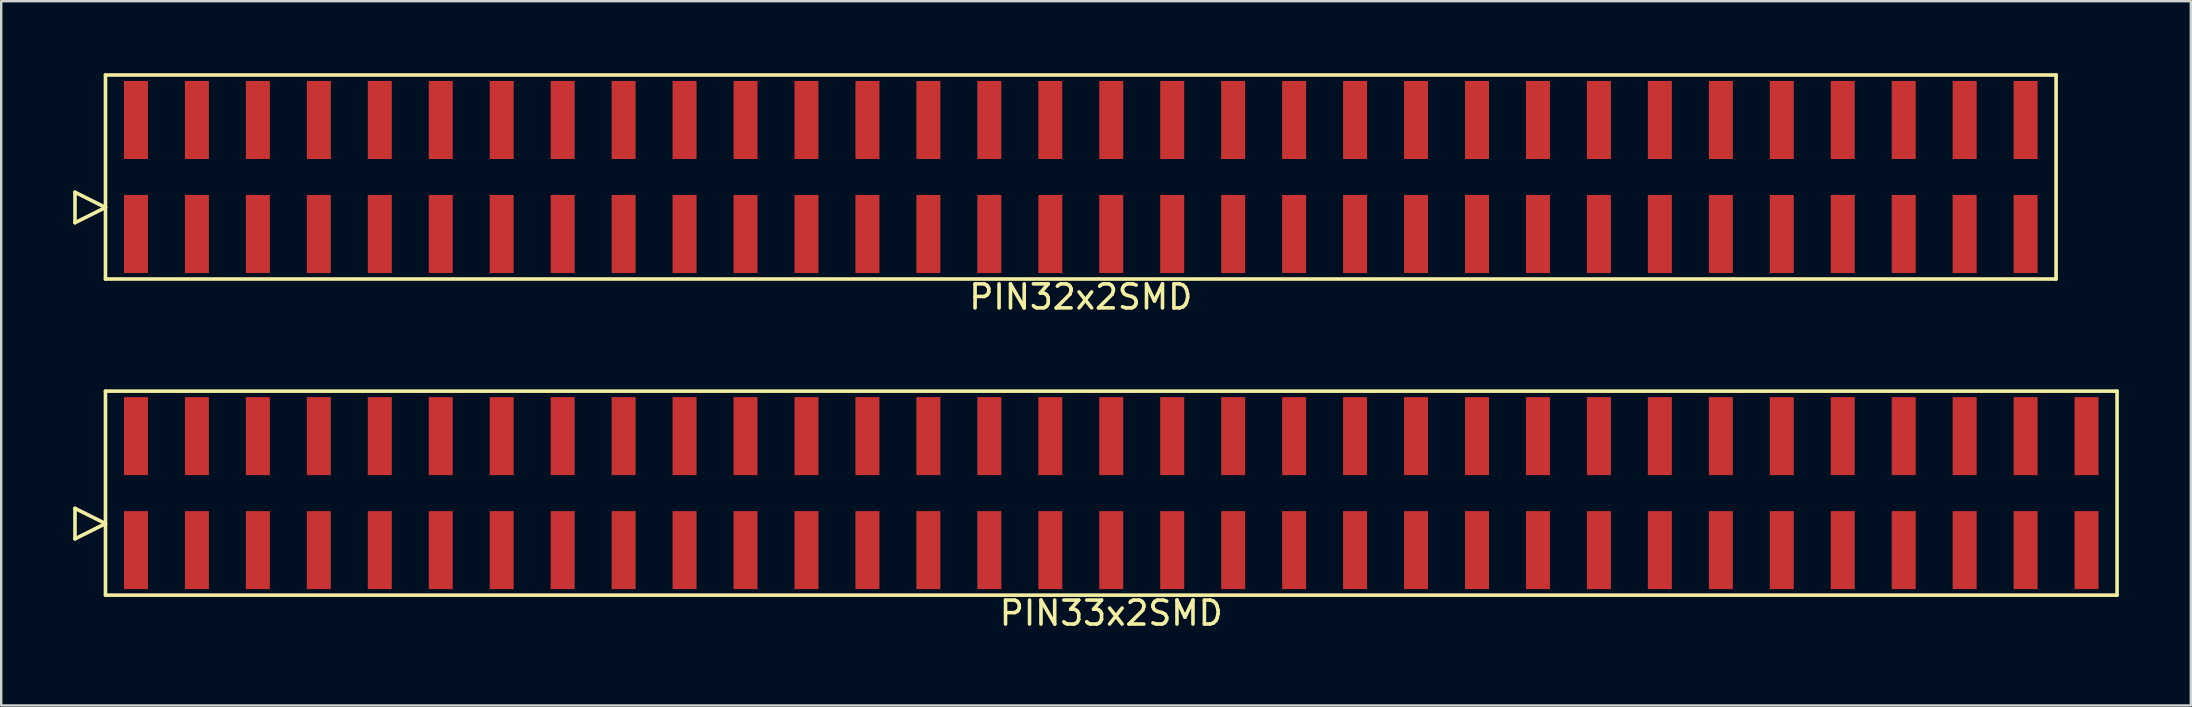
<source format=kicad_pcb>
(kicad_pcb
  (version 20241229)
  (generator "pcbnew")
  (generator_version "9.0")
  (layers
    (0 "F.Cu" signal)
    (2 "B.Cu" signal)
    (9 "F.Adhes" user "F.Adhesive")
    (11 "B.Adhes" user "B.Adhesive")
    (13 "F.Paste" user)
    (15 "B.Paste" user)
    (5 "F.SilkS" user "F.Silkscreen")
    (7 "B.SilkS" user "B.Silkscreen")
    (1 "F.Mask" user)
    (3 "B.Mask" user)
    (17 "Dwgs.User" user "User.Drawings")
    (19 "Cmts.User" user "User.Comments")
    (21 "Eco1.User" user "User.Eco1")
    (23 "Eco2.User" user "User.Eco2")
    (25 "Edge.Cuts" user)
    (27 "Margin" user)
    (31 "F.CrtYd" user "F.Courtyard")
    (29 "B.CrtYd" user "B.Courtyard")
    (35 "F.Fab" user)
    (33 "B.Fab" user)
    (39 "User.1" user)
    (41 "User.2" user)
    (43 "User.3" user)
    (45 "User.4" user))
  (footprint "PIN33x2SMD"
    (layer "F.Cu")
    (at 43.255 17.498)
    (property "Reference" "PIN33x2SMD" (at 0 5 0) (layer "F.SilkS") (effects (font (size 1 1) (thickness 0.15))))
    (attr through_hole)
    (fp_line (start -43.18 1.905) (end -43.18 0.635) (stroke (width 0.15) (type solid)) (layer "F.SilkS"))
    (fp_line (start -41.91 -4.25) (end -41.91 4.25) (stroke (width 0.15) (type solid)) (layer "F.SilkS"))
    (fp_line (start -41.91 1.27) (end -43.18 0.635) (stroke (width 0.15) (type solid)) (layer "F.SilkS"))
    (fp_line (start -41.91 1.27) (end -43.18 1.905) (stroke (width 0.15) (type solid)) (layer "F.SilkS"))
    (fp_line (start -41.91 4.25) (end 41.91 4.25) (stroke (width 0.15) (type solid)) (layer "F.SilkS"))
    (fp_line (start 41.91 -4.25) (end -41.91 -4.25) (stroke (width 0.15) (type solid)) (layer "F.SilkS"))
    (fp_line (start 41.91 4.25) (end 41.91 -4.25) (stroke (width 0.15) (type solid)) (layer "F.SilkS"))
    (pad "1" smd rect (at -40.64 2.375) (size 1 3.25) (layers "F.Cu" "F.Mask" "F.Paste"))
    (pad "2" smd rect (at -40.64 -2.375) (size 1 3.25) (layers "F.Cu" "F.Mask" "F.Paste"))
    (pad "3" smd rect (at -38.1 2.375) (size 1 3.25) (layers "F.Cu" "F.Mask" "F.Paste"))
    (pad "4" smd rect (at -38.1 -2.375) (size 1 3.25) (layers "F.Cu" "F.Mask" "F.Paste"))
    (pad "5" smd rect (at -35.56 2.375) (size 1 3.25) (layers "F.Cu" "F.Mask" "F.Paste"))
    (pad "6" smd rect (at -35.56 -2.375) (size 1 3.25) (layers "F.Cu" "F.Mask" "F.Paste"))
    (pad "7" smd rect (at -33.02 2.375) (size 1 3.25) (layers "F.Cu" "F.Mask" "F.Paste"))
    (pad "8" smd rect (at -33.02 -2.375) (size 1 3.25) (layers "F.Cu" "F.Mask" "F.Paste"))
    (pad "9" smd rect (at -30.48 2.375) (size 1 3.25) (layers "F.Cu" "F.Mask" "F.Paste"))
    (pad "10" smd rect (at -30.48 -2.375) (size 1 3.25) (layers "F.Cu" "F.Mask" "F.Paste"))
    (pad "11" smd rect (at -27.94 2.375) (size 1 3.25) (layers "F.Cu" "F.Mask" "F.Paste"))
    (pad "12" smd rect (at -27.94 -2.375) (size 1 3.25) (layers "F.Cu" "F.Mask" "F.Paste"))
    (pad "13" smd rect (at -25.4 2.375) (size 1 3.25) (layers "F.Cu" "F.Mask" "F.Paste"))
    (pad "14" smd rect (at -25.4 -2.375) (size 1 3.25) (layers "F.Cu" "F.Mask" "F.Paste"))
    (pad "15" smd rect (at -22.86 2.375) (size 1 3.25) (layers "F.Cu" "F.Mask" "F.Paste"))
    (pad "16" smd rect (at -22.86 -2.375) (size 1 3.25) (layers "F.Cu" "F.Mask" "F.Paste"))
    (pad "17" smd rect (at -20.32 2.375) (size 1 3.25) (layers "F.Cu" "F.Mask" "F.Paste"))
    (pad "18" smd rect (at -20.32 -2.375) (size 1 3.25) (layers "F.Cu" "F.Mask" "F.Paste"))
    (pad "19" smd rect (at -17.78 2.375) (size 1 3.25) (layers "F.Cu" "F.Mask" "F.Paste"))
    (pad "20" smd rect (at -17.78 -2.375) (size 1 3.25) (layers "F.Cu" "F.Mask" "F.Paste"))
    (pad "21" smd rect (at -15.24 2.375) (size 1 3.25) (layers "F.Cu" "F.Mask" "F.Paste"))
    (pad "22" smd rect (at -15.24 -2.375) (size 1 3.25) (layers "F.Cu" "F.Mask" "F.Paste"))
    (pad "23" smd rect (at -12.7 2.375) (size 1 3.25) (layers "F.Cu" "F.Mask" "F.Paste"))
    (pad "24" smd rect (at -12.7 -2.375) (size 1 3.25) (layers "F.Cu" "F.Mask" "F.Paste"))
    (pad "25" smd rect (at -10.16 2.375) (size 1 3.25) (layers "F.Cu" "F.Mask" "F.Paste"))
    (pad "26" smd rect (at -10.16 -2.375) (size 1 3.25) (layers "F.Cu" "F.Mask" "F.Paste"))
    (pad "27" smd rect (at -7.62 2.375) (size 1 3.25) (layers "F.Cu" "F.Mask" "F.Paste"))
    (pad "28" smd rect (at -7.62 -2.375) (size 1 3.25) (layers "F.Cu" "F.Mask" "F.Paste"))
    (pad "29" smd rect (at -5.08 2.375) (size 1 3.25) (layers "F.Cu" "F.Mask" "F.Paste"))
    (pad "30" smd rect (at -5.08 -2.375) (size 1 3.25) (layers "F.Cu" "F.Mask" "F.Paste"))
    (pad "31" smd rect (at -2.54 2.375) (size 1 3.25) (layers "F.Cu" "F.Mask" "F.Paste"))
    (pad "32" smd rect (at -2.54 -2.375) (size 1 3.25) (layers "F.Cu" "F.Mask" "F.Paste"))
    (pad "33" smd rect (at 0 2.375) (size 1 3.25) (layers "F.Cu" "F.Mask" "F.Paste"))
    (pad "34" smd rect (at 0 -2.375) (size 1 3.25) (layers "F.Cu" "F.Mask" "F.Paste"))
    (pad "35" smd rect (at 2.54 2.375) (size 1 3.25) (layers "F.Cu" "F.Mask" "F.Paste"))
    (pad "36" smd rect (at 2.54 -2.375) (size 1 3.25) (layers "F.Cu" "F.Mask" "F.Paste"))
    (pad "37" smd rect (at 5.08 2.375) (size 1 3.25) (layers "F.Cu" "F.Mask" "F.Paste"))
    (pad "38" smd rect (at 5.08 -2.375) (size 1 3.25) (layers "F.Cu" "F.Mask" "F.Paste"))
    (pad "39" smd rect (at 7.62 2.375) (size 1 3.25) (layers "F.Cu" "F.Mask" "F.Paste"))
    (pad "40" smd rect (at 7.62 -2.375) (size 1 3.25) (layers "F.Cu" "F.Mask" "F.Paste"))
    (pad "41" smd rect (at 10.16 2.375) (size 1 3.25) (layers "F.Cu" "F.Mask" "F.Paste"))
    (pad "42" smd rect (at 10.16 -2.375) (size 1 3.25) (layers "F.Cu" "F.Mask" "F.Paste"))
    (pad "43" smd rect (at 12.7 2.375) (size 1 3.25) (layers "F.Cu" "F.Mask" "F.Paste"))
    (pad "44" smd rect (at 12.7 -2.375) (size 1 3.25) (layers "F.Cu" "F.Mask" "F.Paste"))
    (pad "45" smd rect (at 15.24 2.375) (size 1 3.25) (layers "F.Cu" "F.Mask" "F.Paste"))
    (pad "46" smd rect (at 15.24 -2.375) (size 1 3.25) (layers "F.Cu" "F.Mask" "F.Paste"))
    (pad "47" smd rect (at 17.78 2.375) (size 1 3.25) (layers "F.Cu" "F.Mask" "F.Paste"))
    (pad "48" smd rect (at 17.78 -2.375) (size 1 3.25) (layers "F.Cu" "F.Mask" "F.Paste"))
    (pad "49" smd rect (at 20.32 2.375) (size 1 3.25) (layers "F.Cu" "F.Mask" "F.Paste"))
    (pad "50" smd rect (at 20.32 -2.375) (size 1 3.25) (layers "F.Cu" "F.Mask" "F.Paste"))
    (pad "51" smd rect (at 22.86 2.375) (size 1 3.25) (layers "F.Cu" "F.Mask" "F.Paste"))
    (pad "52" smd rect (at 22.86 -2.375) (size 1 3.25) (layers "F.Cu" "F.Mask" "F.Paste"))
    (pad "53" smd rect (at 25.4 2.375) (size 1 3.25) (layers "F.Cu" "F.Mask" "F.Paste"))
    (pad "54" smd rect (at 25.4 -2.375) (size 1 3.25) (layers "F.Cu" "F.Mask" "F.Paste"))
    (pad "55" smd rect (at 27.94 2.375) (size 1 3.25) (layers "F.Cu" "F.Mask" "F.Paste"))
    (pad "56" smd rect (at 27.94 -2.375) (size 1 3.25) (layers "F.Cu" "F.Mask" "F.Paste"))
    (pad "57" smd rect (at 30.48 2.375) (size 1 3.25) (layers "F.Cu" "F.Mask" "F.Paste"))
    (pad "58" smd rect (at 30.48 -2.375) (size 1 3.25) (layers "F.Cu" "F.Mask" "F.Paste"))
    (pad "59" smd rect (at 33.02 2.375) (size 1 3.25) (layers "F.Cu" "F.Mask" "F.Paste"))
    (pad "60" smd rect (at 33.02 -2.375) (size 1 3.25) (layers "F.Cu" "F.Mask" "F.Paste"))
    (pad "61" smd rect (at 35.56 2.375) (size 1 3.25) (layers "F.Cu" "F.Mask" "F.Paste"))
    (pad "62" smd rect (at 35.56 -2.375) (size 1 3.25) (layers "F.Cu" "F.Mask" "F.Paste"))
    (pad "63" smd rect (at 38.1 2.375) (size 1 3.25) (layers "F.Cu" "F.Mask" "F.Paste"))
    (pad "64" smd rect (at 38.1 -2.375) (size 1 3.25) (layers "F.Cu" "F.Mask" "F.Paste"))
    (pad "65" smd rect (at 40.64 2.375) (size 1 3.25) (layers "F.Cu" "F.Mask" "F.Paste"))
    (pad "66" smd rect (at 40.64 -2.375) (size 1 3.25) (layers "F.Cu" "F.Mask" "F.Paste")))
  (footprint "PIN32x2SMD"
    (layer "F.Cu")
    (at 41.985 4.325)
    (property "Reference" "PIN32x2SMD" (at 0 5 0) (layer "F.SilkS") (effects (font (size 1 1) (thickness 0.15))))
    (attr through_hole)
    (fp_line (start -41.91 1.905) (end -41.91 0.635) (stroke (width 0.15) (type solid)) (layer "F.SilkS"))
    (fp_line (start -40.64 -4.25) (end -40.64 4.25) (stroke (width 0.15) (type solid)) (layer "F.SilkS"))
    (fp_line (start -40.64 1.27) (end -41.91 0.635) (stroke (width 0.15) (type solid)) (layer "F.SilkS"))
    (fp_line (start -40.64 1.27) (end -41.91 1.905) (stroke (width 0.15) (type solid)) (layer "F.SilkS"))
    (fp_line (start -40.64 4.25) (end 40.64 4.25) (stroke (width 0.15) (type solid)) (layer "F.SilkS"))
    (fp_line (start 40.64 -4.25) (end -40.64 -4.25) (stroke (width 0.15) (type solid)) (layer "F.SilkS"))
    (fp_line (start 40.64 4.25) (end 40.64 -4.25) (stroke (width 0.15) (type solid)) (layer "F.SilkS"))
    (pad "1" smd rect (at -39.37 2.375) (size 1 3.25) (layers "F.Cu" "F.Mask" "F.Paste"))
    (pad "2" smd rect (at -39.37 -2.375) (size 1 3.25) (layers "F.Cu" "F.Mask" "F.Paste"))
    (pad "3" smd rect (at -36.83 2.375) (size 1 3.25) (layers "F.Cu" "F.Mask" "F.Paste"))
    (pad "4" smd rect (at -36.83 -2.375) (size 1 3.25) (layers "F.Cu" "F.Mask" "F.Paste"))
    (pad "5" smd rect (at -34.29 2.375) (size 1 3.25) (layers "F.Cu" "F.Mask" "F.Paste"))
    (pad "6" smd rect (at -34.29 -2.375) (size 1 3.25) (layers "F.Cu" "F.Mask" "F.Paste"))
    (pad "7" smd rect (at -31.75 2.375) (size 1 3.25) (layers "F.Cu" "F.Mask" "F.Paste"))
    (pad "8" smd rect (at -31.75 -2.375) (size 1 3.25) (layers "F.Cu" "F.Mask" "F.Paste"))
    (pad "9" smd rect (at -29.21 2.375) (size 1 3.25) (layers "F.Cu" "F.Mask" "F.Paste"))
    (pad "10" smd rect (at -29.21 -2.375) (size 1 3.25) (layers "F.Cu" "F.Mask" "F.Paste"))
    (pad "11" smd rect (at -26.67 2.375) (size 1 3.25) (layers "F.Cu" "F.Mask" "F.Paste"))
    (pad "12" smd rect (at -26.67 -2.375) (size 1 3.25) (layers "F.Cu" "F.Mask" "F.Paste"))
    (pad "13" smd rect (at -24.13 2.375) (size 1 3.25) (layers "F.Cu" "F.Mask" "F.Paste"))
    (pad "14" smd rect (at -24.13 -2.375) (size 1 3.25) (layers "F.Cu" "F.Mask" "F.Paste"))
    (pad "15" smd rect (at -21.59 2.375) (size 1 3.25) (layers "F.Cu" "F.Mask" "F.Paste"))
    (pad "16" smd rect (at -21.59 -2.375) (size 1 3.25) (layers "F.Cu" "F.Mask" "F.Paste"))
    (pad "17" smd rect (at -19.05 2.375) (size 1 3.25) (layers "F.Cu" "F.Mask" "F.Paste"))
    (pad "18" smd rect (at -19.05 -2.375) (size 1 3.25) (layers "F.Cu" "F.Mask" "F.Paste"))
    (pad "19" smd rect (at -16.51 2.375) (size 1 3.25) (layers "F.Cu" "F.Mask" "F.Paste"))
    (pad "20" smd rect (at -16.51 -2.375) (size 1 3.25) (layers "F.Cu" "F.Mask" "F.Paste"))
    (pad "21" smd rect (at -13.97 2.375) (size 1 3.25) (layers "F.Cu" "F.Mask" "F.Paste"))
    (pad "22" smd rect (at -13.97 -2.375) (size 1 3.25) (layers "F.Cu" "F.Mask" "F.Paste"))
    (pad "23" smd rect (at -11.43 2.375) (size 1 3.25) (layers "F.Cu" "F.Mask" "F.Paste"))
    (pad "24" smd rect (at -11.43 -2.375) (size 1 3.25) (layers "F.Cu" "F.Mask" "F.Paste"))
    (pad "25" smd rect (at -8.89 2.375) (size 1 3.25) (layers "F.Cu" "F.Mask" "F.Paste"))
    (pad "26" smd rect (at -8.89 -2.375) (size 1 3.25) (layers "F.Cu" "F.Mask" "F.Paste"))
    (pad "27" smd rect (at -6.35 2.375) (size 1 3.25) (layers "F.Cu" "F.Mask" "F.Paste"))
    (pad "28" smd rect (at -6.35 -2.375) (size 1 3.25) (layers "F.Cu" "F.Mask" "F.Paste"))
    (pad "29" smd rect (at -3.81 2.375) (size 1 3.25) (layers "F.Cu" "F.Mask" "F.Paste"))
    (pad "30" smd rect (at -3.81 -2.375) (size 1 3.25) (layers "F.Cu" "F.Mask" "F.Paste"))
    (pad "31" smd rect (at -1.27 2.375) (size 1 3.25) (layers "F.Cu" "F.Mask" "F.Paste"))
    (pad "32" smd rect (at -1.27 -2.375) (size 1 3.25) (layers "F.Cu" "F.Mask" "F.Paste"))
    (pad "33" smd rect (at 1.27 2.375) (size 1 3.25) (layers "F.Cu" "F.Mask" "F.Paste"))
    (pad "34" smd rect (at 1.27 -2.375) (size 1 3.25) (layers "F.Cu" "F.Mask" "F.Paste"))
    (pad "35" smd rect (at 3.81 2.375) (size 1 3.25) (layers "F.Cu" "F.Mask" "F.Paste"))
    (pad "36" smd rect (at 3.81 -2.375) (size 1 3.25) (layers "F.Cu" "F.Mask" "F.Paste"))
    (pad "37" smd rect (at 6.35 2.375) (size 1 3.25) (layers "F.Cu" "F.Mask" "F.Paste"))
    (pad "38" smd rect (at 6.35 -2.375) (size 1 3.25) (layers "F.Cu" "F.Mask" "F.Paste"))
    (pad "39" smd rect (at 8.89 2.375) (size 1 3.25) (layers "F.Cu" "F.Mask" "F.Paste"))
    (pad "40" smd rect (at 8.89 -2.375) (size 1 3.25) (layers "F.Cu" "F.Mask" "F.Paste"))
    (pad "41" smd rect (at 11.43 2.375) (size 1 3.25) (layers "F.Cu" "F.Mask" "F.Paste"))
    (pad "42" smd rect (at 11.43 -2.375) (size 1 3.25) (layers "F.Cu" "F.Mask" "F.Paste"))
    (pad "43" smd rect (at 13.97 2.375) (size 1 3.25) (layers "F.Cu" "F.Mask" "F.Paste"))
    (pad "44" smd rect (at 13.97 -2.375) (size 1 3.25) (layers "F.Cu" "F.Mask" "F.Paste"))
    (pad "45" smd rect (at 16.51 2.375) (size 1 3.25) (layers "F.Cu" "F.Mask" "F.Paste"))
    (pad "46" smd rect (at 16.51 -2.375) (size 1 3.25) (layers "F.Cu" "F.Mask" "F.Paste"))
    (pad "47" smd rect (at 19.05 2.375) (size 1 3.25) (layers "F.Cu" "F.Mask" "F.Paste"))
    (pad "48" smd rect (at 19.05 -2.375) (size 1 3.25) (layers "F.Cu" "F.Mask" "F.Paste"))
    (pad "49" smd rect (at 21.59 2.375) (size 1 3.25) (layers "F.Cu" "F.Mask" "F.Paste"))
    (pad "50" smd rect (at 21.59 -2.375) (size 1 3.25) (layers "F.Cu" "F.Mask" "F.Paste"))
    (pad "51" smd rect (at 24.13 2.375) (size 1 3.25) (layers "F.Cu" "F.Mask" "F.Paste"))
    (pad "52" smd rect (at 24.13 -2.375) (size 1 3.25) (layers "F.Cu" "F.Mask" "F.Paste"))
    (pad "53" smd rect (at 26.67 2.375) (size 1 3.25) (layers "F.Cu" "F.Mask" "F.Paste"))
    (pad "54" smd rect (at 26.67 -2.375) (size 1 3.25) (layers "F.Cu" "F.Mask" "F.Paste"))
    (pad "55" smd rect (at 29.21 2.375) (size 1 3.25) (layers "F.Cu" "F.Mask" "F.Paste"))
    (pad "56" smd rect (at 29.21 -2.375) (size 1 3.25) (layers "F.Cu" "F.Mask" "F.Paste"))
    (pad "57" smd rect (at 31.75 2.375) (size 1 3.25) (layers "F.Cu" "F.Mask" "F.Paste"))
    (pad "58" smd rect (at 31.75 -2.375) (size 1 3.25) (layers "F.Cu" "F.Mask" "F.Paste"))
    (pad "59" smd rect (at 34.29 2.375) (size 1 3.25) (layers "F.Cu" "F.Mask" "F.Paste"))
    (pad "60" smd rect (at 34.29 -2.375) (size 1 3.25) (layers "F.Cu" "F.Mask" "F.Paste"))
    (pad "61" smd rect (at 36.83 2.375) (size 1 3.25) (layers "F.Cu" "F.Mask" "F.Paste"))
    (pad "62" smd rect (at 36.83 -2.375) (size 1 3.25) (layers "F.Cu" "F.Mask" "F.Paste"))
    (pad "63" smd rect (at 39.37 2.375) (size 1 3.25) (layers "F.Cu" "F.Mask" "F.Paste"))
    (pad "64" smd rect (at 39.37 -2.375) (size 1 3.25) (layers "F.Cu" "F.Mask" "F.Paste")))
  (gr_rect
    (start -3 -3)
    (end 88.24 26.346)
    (stroke (width 0.1) (type default))
    (fill no)
    (layer "Edge.Cuts")))
</source>
